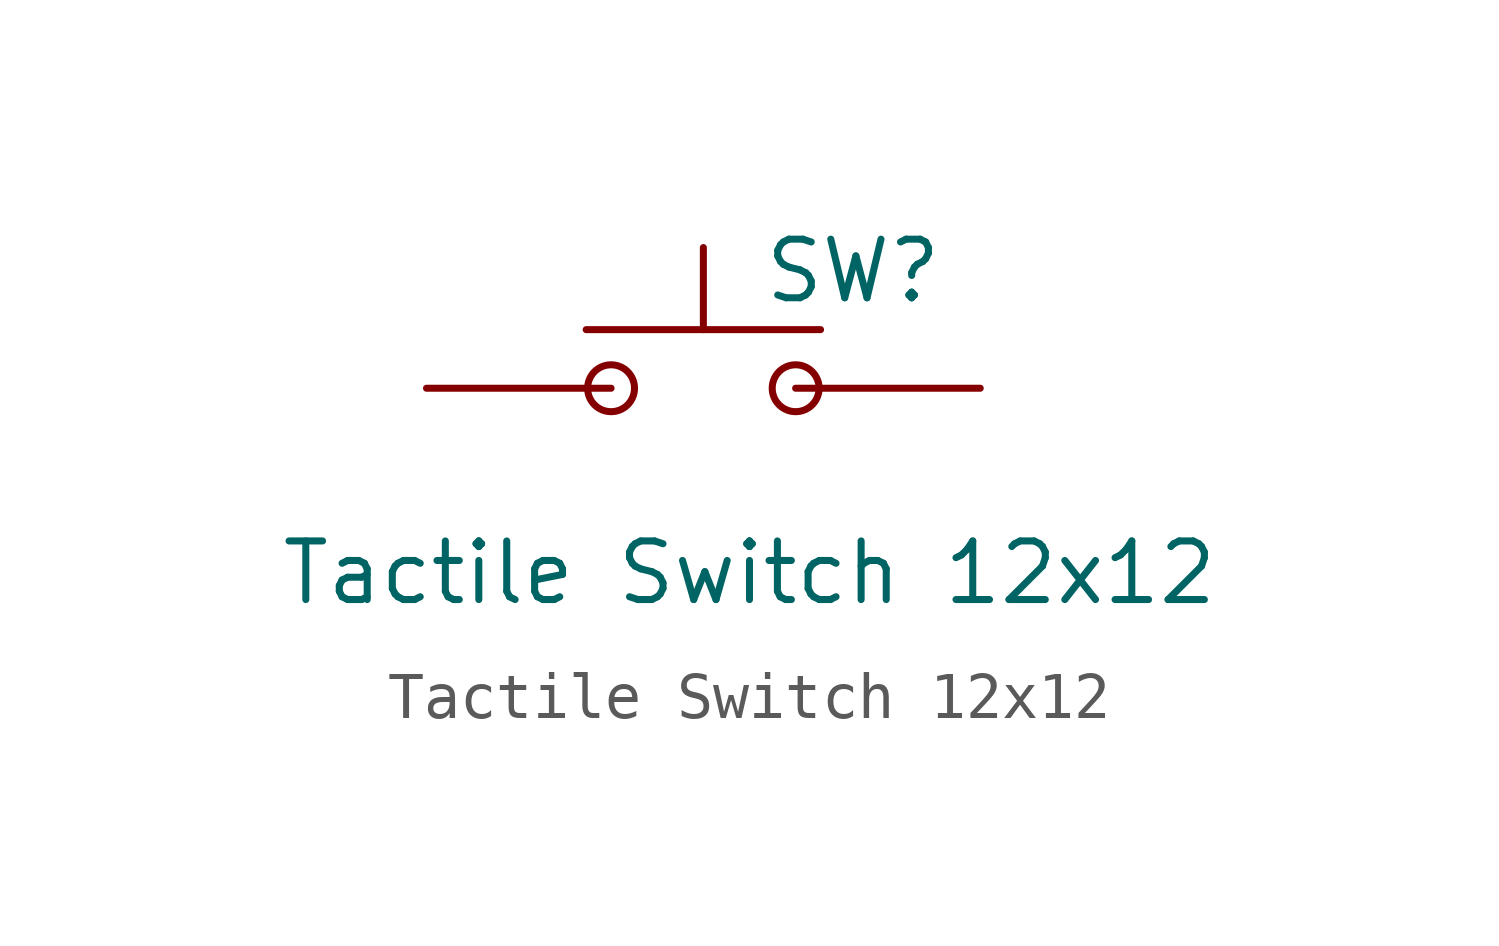
<source format=kicad_sym>
(kicad_symbol_lib
  (version 20211014)
  (generator kicad_symbol_editor)
  (symbol "Tactile Switch 12x12"
    (pin_numbers hide)
    (pin_names
      (offset 1.016) hide)
    (property "Reference" "SW"
      (at 1.27 2.54 0)
      (effects (font (size 1.27 1.27)) (justify left)))
    (property "Value" "Tactile Switch 12x12"
      (at 1 -4 0)
      (effects (font (size 1.27 1.27))))
    (symbol "Tactile Switch 12x12_0_1"
      (circle (center -2 0) (radius 0.508) (stroke (width 0) (type default) (color 0 0 0 0)) (fill (type none)))
      (polyline (pts (xy 0 1.27) (xy 0 3.048)) (stroke (width 0) (type default) (color 0 0 0 0)) (fill (type none)))
      (polyline (pts (xy 2.54 1.27) (xy -2.54 1.27)) (stroke (width 0) (type default) (color 0 0 0 0)) (fill (type none)))
      (circle (center 2 0) (radius 0.508) (stroke (width 0) (type default) (color 0 0 0 0)) (fill (type none)))
      (pin passive line (at -6 0 0) (length 4) (name "A" (effects (font (size 1.27 1.27)))) (number "1" (effects (font (size 1.27 1.27)))))
      (pin passive line (at 6 0 180) (length 4) (name "B" (effects (font (size 1.27 1.27)))) (number "2" (effects (font (size 1.27 1.27))))))))
</source>
